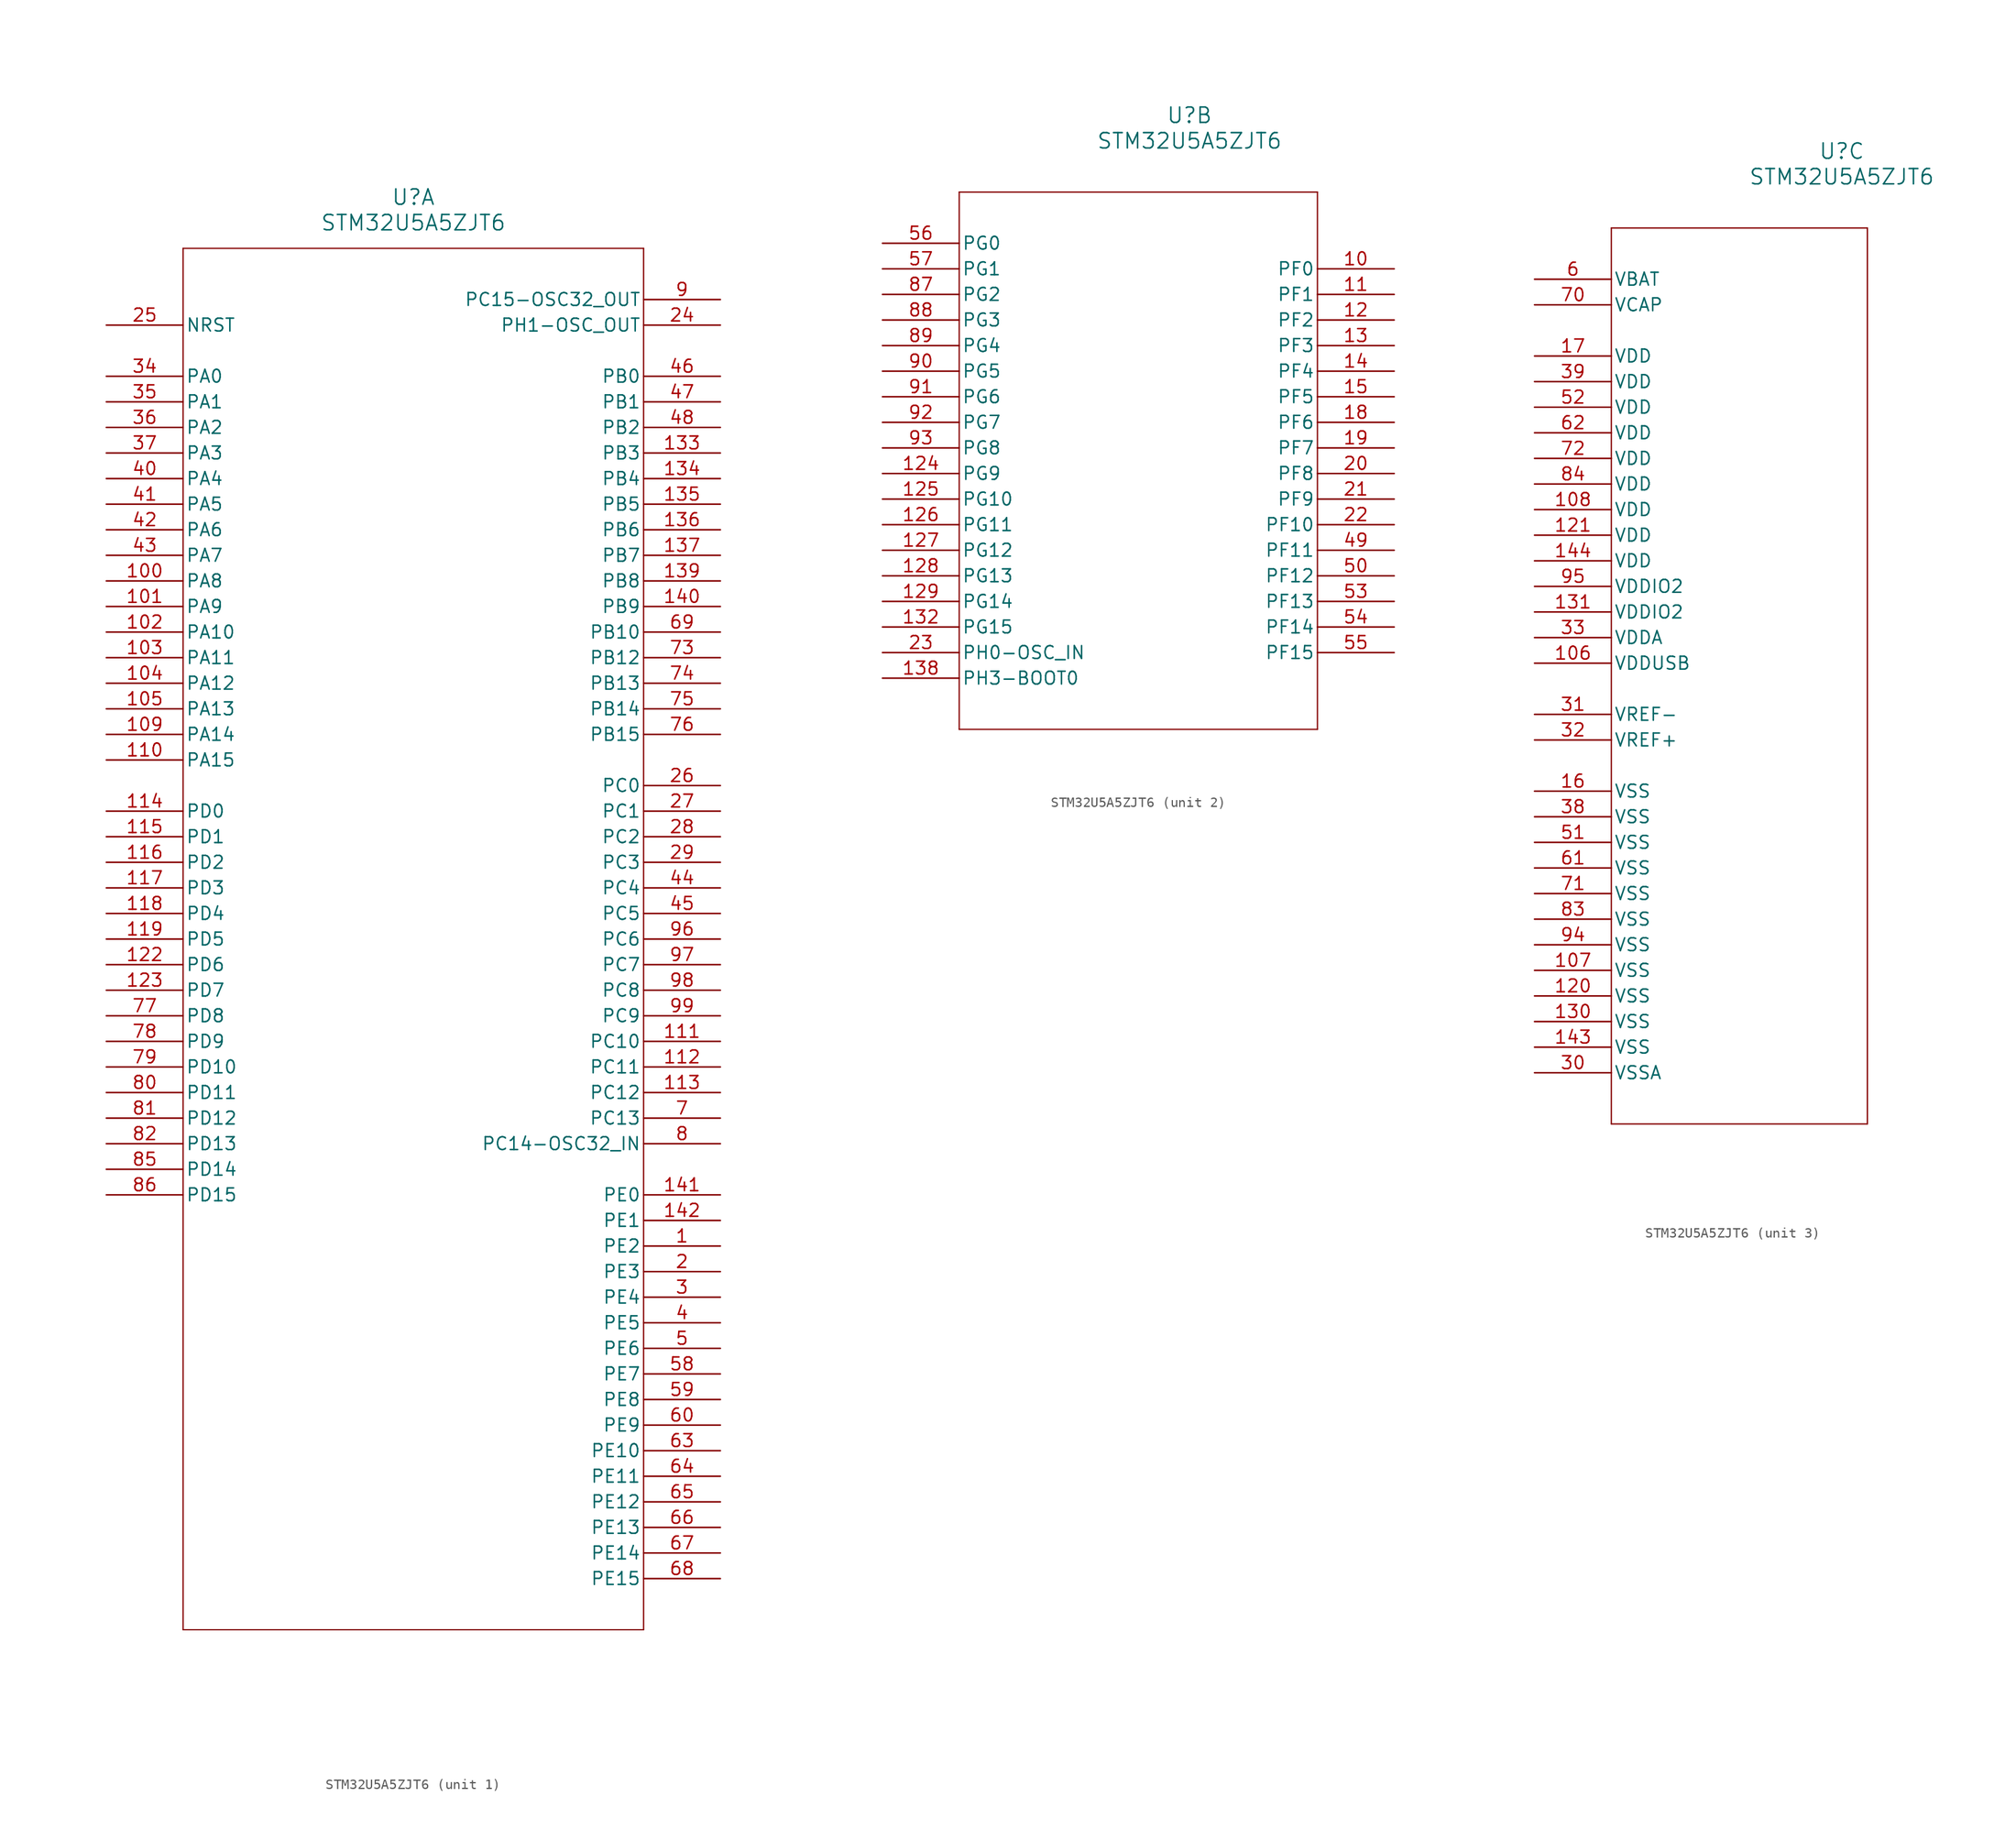
<source format=kicad_sym>
(kicad_symbol_lib
  (version 20211014)
  (generator kicad_symbol_editor)
  (symbol "STM32U5A5ZJT6"
    (pin_names
      (offset 0.254))
    (property "Reference" "U"
      (at 30.48 12.7 0)
      (effects (font (size 1.524 1.524))))
    (property "Value" "STM32U5A5ZJT6"
      (at 30.48 10.16 0)
      (effects (font (size 1.524 1.524))))
    (symbol "STM32U5A5ZJT6_1_1"
      (polyline (pts (xy 7.62 7.62) (xy 7.62 -129.54)) (stroke (width 0.127) (type default) (color 0 0 0 0)) (fill (type none)))
      (polyline (pts (xy 7.62 -129.54) (xy 53.34 -129.54)) (stroke (width 0.127) (type default) (color 0 0 0 0)) (fill (type none)))
      (polyline (pts (xy 53.34 -129.54) (xy 53.34 7.62)) (stroke (width 0.127) (type default) (color 0 0 0 0)) (fill (type none)))
      (polyline (pts (xy 53.34 7.62) (xy 7.62 7.62)) (stroke (width 0.127) (type default) (color 0 0 0 0)) (fill (type none)))
      (pin bidirectional line (at 60.96 -91.44 180) (length 7.62) (name "PE2" (effects (font (size 1.27 1.27)))) (number "1" (effects (font (size 1.27 1.27)))))
      (pin bidirectional line (at 60.96 -93.98 180) (length 7.62) (name "PE3" (effects (font (size 1.27 1.27)))) (number "2" (effects (font (size 1.27 1.27)))))
      (pin bidirectional line (at 60.96 -96.52 180) (length 7.62) (name "PE4" (effects (font (size 1.27 1.27)))) (number "3" (effects (font (size 1.27 1.27)))))
      (pin bidirectional line (at 60.96 -99.06 180) (length 7.62) (name "PE5" (effects (font (size 1.27 1.27)))) (number "4" (effects (font (size 1.27 1.27)))))
      (pin bidirectional line (at 60.96 -101.6 180) (length 7.62) (name "PE6" (effects (font (size 1.27 1.27)))) (number "5" (effects (font (size 1.27 1.27)))))
      (pin bidirectional line (at 60.96 -78.74 180) (length 7.62) (name "PC13" (effects (font (size 1.27 1.27)))) (number "7" (effects (font (size 1.27 1.27)))))
      (pin bidirectional line (at 60.96 -81.28 180) (length 7.62) (name "PC14-OSC32_IN" (effects (font (size 1.27 1.27)))) (number "8" (effects (font (size 1.27 1.27)))))
      (pin bidirectional line (at 60.96 2.54 180) (length 7.62) (name "PC15-OSC32_OUT" (effects (font (size 1.27 1.27)))) (number "9" (effects (font (size 1.27 1.27)))))
      (pin bidirectional line (at 60.96 0 180) (length 7.62) (name "PH1-OSC_OUT" (effects (font (size 1.27 1.27)))) (number "24" (effects (font (size 1.27 1.27)))))
      (pin bidirectional line (at 0 0 0) (length 7.62) (name "NRST" (effects (font (size 1.27 1.27)))) (number "25" (effects (font (size 1.27 1.27)))))
      (pin bidirectional line (at 60.96 -45.72 180) (length 7.62) (name "PC0" (effects (font (size 1.27 1.27)))) (number "26" (effects (font (size 1.27 1.27)))))
      (pin bidirectional line (at 60.96 -48.26 180) (length 7.62) (name "PC1" (effects (font (size 1.27 1.27)))) (number "27" (effects (font (size 1.27 1.27)))))
      (pin bidirectional line (at 60.96 -50.8 180) (length 7.62) (name "PC2" (effects (font (size 1.27 1.27)))) (number "28" (effects (font (size 1.27 1.27)))))
      (pin bidirectional line (at 60.96 -53.34 180) (length 7.62) (name "PC3" (effects (font (size 1.27 1.27)))) (number "29" (effects (font (size 1.27 1.27)))))
      (pin bidirectional line (at 0 -5.08 0) (length 7.62) (name "PA0" (effects (font (size 1.27 1.27)))) (number "34" (effects (font (size 1.27 1.27)))))
      (pin bidirectional line (at 0 -7.62 0) (length 7.62) (name "PA1" (effects (font (size 1.27 1.27)))) (number "35" (effects (font (size 1.27 1.27)))))
      (pin bidirectional line (at 0 -10.16 0) (length 7.62) (name "PA2" (effects (font (size 1.27 1.27)))) (number "36" (effects (font (size 1.27 1.27)))))
      (pin bidirectional line (at 0 -12.7 0) (length 7.62) (name "PA3" (effects (font (size 1.27 1.27)))) (number "37" (effects (font (size 1.27 1.27)))))
      (pin bidirectional line (at 0 -15.24 0) (length 7.62) (name "PA4" (effects (font (size 1.27 1.27)))) (number "40" (effects (font (size 1.27 1.27)))))
      (pin bidirectional line (at 0 -17.78 0) (length 7.62) (name "PA5" (effects (font (size 1.27 1.27)))) (number "41" (effects (font (size 1.27 1.27)))))
      (pin bidirectional line (at 0 -20.32 0) (length 7.62) (name "PA6" (effects (font (size 1.27 1.27)))) (number "42" (effects (font (size 1.27 1.27)))))
      (pin bidirectional line (at 0 -22.86 0) (length 7.62) (name "PA7" (effects (font (size 1.27 1.27)))) (number "43" (effects (font (size 1.27 1.27)))))
      (pin bidirectional line (at 60.96 -55.88 180) (length 7.62) (name "PC4" (effects (font (size 1.27 1.27)))) (number "44" (effects (font (size 1.27 1.27)))))
      (pin bidirectional line (at 60.96 -58.42 180) (length 7.62) (name "PC5" (effects (font (size 1.27 1.27)))) (number "45" (effects (font (size 1.27 1.27)))))
      (pin bidirectional line (at 60.96 -5.08 180) (length 7.62) (name "PB0" (effects (font (size 1.27 1.27)))) (number "46" (effects (font (size 1.27 1.27)))))
      (pin bidirectional line (at 60.96 -7.62 180) (length 7.62) (name "PB1" (effects (font (size 1.27 1.27)))) (number "47" (effects (font (size 1.27 1.27)))))
      (pin bidirectional line (at 60.96 -10.16 180) (length 7.62) (name "PB2" (effects (font (size 1.27 1.27)))) (number "48" (effects (font (size 1.27 1.27)))))
      (pin bidirectional line (at 60.96 -104.14 180) (length 7.62) (name "PE7" (effects (font (size 1.27 1.27)))) (number "58" (effects (font (size 1.27 1.27)))))
      (pin bidirectional line (at 60.96 -106.68 180) (length 7.62) (name "PE8" (effects (font (size 1.27 1.27)))) (number "59" (effects (font (size 1.27 1.27)))))
      (pin bidirectional line (at 60.96 -109.22 180) (length 7.62) (name "PE9" (effects (font (size 1.27 1.27)))) (number "60" (effects (font (size 1.27 1.27)))))
      (pin bidirectional line (at 60.96 -111.76 180) (length 7.62) (name "PE10" (effects (font (size 1.27 1.27)))) (number "63" (effects (font (size 1.27 1.27)))))
      (pin bidirectional line (at 60.96 -114.3 180) (length 7.62) (name "PE11" (effects (font (size 1.27 1.27)))) (number "64" (effects (font (size 1.27 1.27)))))
      (pin bidirectional line (at 60.96 -116.84 180) (length 7.62) (name "PE12" (effects (font (size 1.27 1.27)))) (number "65" (effects (font (size 1.27 1.27)))))
      (pin bidirectional line (at 60.96 -119.38 180) (length 7.62) (name "PE13" (effects (font (size 1.27 1.27)))) (number "66" (effects (font (size 1.27 1.27)))))
      (pin bidirectional line (at 60.96 -121.92 180) (length 7.62) (name "PE14" (effects (font (size 1.27 1.27)))) (number "67" (effects (font (size 1.27 1.27)))))
      (pin bidirectional line (at 60.96 -124.46 180) (length 7.62) (name "PE15" (effects (font (size 1.27 1.27)))) (number "68" (effects (font (size 1.27 1.27)))))
      (pin bidirectional line (at 60.96 -30.48 180) (length 7.62) (name "PB10" (effects (font (size 1.27 1.27)))) (number "69" (effects (font (size 1.27 1.27)))))
      (pin bidirectional line (at 60.96 -33.02 180) (length 7.62) (name "PB12" (effects (font (size 1.27 1.27)))) (number "73" (effects (font (size 1.27 1.27)))))
      (pin bidirectional line (at 60.96 -35.56 180) (length 7.62) (name "PB13" (effects (font (size 1.27 1.27)))) (number "74" (effects (font (size 1.27 1.27)))))
      (pin bidirectional line (at 60.96 -38.1 180) (length 7.62) (name "PB14" (effects (font (size 1.27 1.27)))) (number "75" (effects (font (size 1.27 1.27)))))
      (pin bidirectional line (at 60.96 -40.64 180) (length 7.62) (name "PB15" (effects (font (size 1.27 1.27)))) (number "76" (effects (font (size 1.27 1.27)))))
      (pin bidirectional line (at 0 -68.58 0) (length 7.62) (name "PD8" (effects (font (size 1.27 1.27)))) (number "77" (effects (font (size 1.27 1.27)))))
      (pin bidirectional line (at 0 -71.12 0) (length 7.62) (name "PD9" (effects (font (size 1.27 1.27)))) (number "78" (effects (font (size 1.27 1.27)))))
      (pin bidirectional line (at 0 -73.66 0) (length 7.62) (name "PD10" (effects (font (size 1.27 1.27)))) (number "79" (effects (font (size 1.27 1.27)))))
      (pin bidirectional line (at 0 -76.2 0) (length 7.62) (name "PD11" (effects (font (size 1.27 1.27)))) (number "80" (effects (font (size 1.27 1.27)))))
      (pin bidirectional line (at 0 -78.74 0) (length 7.62) (name "PD12" (effects (font (size 1.27 1.27)))) (number "81" (effects (font (size 1.27 1.27)))))
      (pin bidirectional line (at 0 -81.28 0) (length 7.62) (name "PD13" (effects (font (size 1.27 1.27)))) (number "82" (effects (font (size 1.27 1.27)))))
      (pin bidirectional line (at 0 -83.82 0) (length 7.62) (name "PD14" (effects (font (size 1.27 1.27)))) (number "85" (effects (font (size 1.27 1.27)))))
      (pin bidirectional line (at 0 -86.36 0) (length 7.62) (name "PD15" (effects (font (size 1.27 1.27)))) (number "86" (effects (font (size 1.27 1.27)))))
      (pin bidirectional line (at 60.96 -60.96 180) (length 7.62) (name "PC6" (effects (font (size 1.27 1.27)))) (number "96" (effects (font (size 1.27 1.27)))))
      (pin bidirectional line (at 60.96 -63.5 180) (length 7.62) (name "PC7" (effects (font (size 1.27 1.27)))) (number "97" (effects (font (size 1.27 1.27)))))
      (pin bidirectional line (at 60.96 -66.04 180) (length 7.62) (name "PC8" (effects (font (size 1.27 1.27)))) (number "98" (effects (font (size 1.27 1.27)))))
      (pin bidirectional line (at 60.96 -68.58 180) (length 7.62) (name "PC9" (effects (font (size 1.27 1.27)))) (number "99" (effects (font (size 1.27 1.27)))))
      (pin bidirectional line (at 0 -25.4 0) (length 7.62) (name "PA8" (effects (font (size 1.27 1.27)))) (number "100" (effects (font (size 1.27 1.27)))))
      (pin bidirectional line (at 0 -27.94 0) (length 7.62) (name "PA9" (effects (font (size 1.27 1.27)))) (number "101" (effects (font (size 1.27 1.27)))))
      (pin bidirectional line (at 0 -30.48 0) (length 7.62) (name "PA10" (effects (font (size 1.27 1.27)))) (number "102" (effects (font (size 1.27 1.27)))))
      (pin bidirectional line (at 0 -33.02 0) (length 7.62) (name "PA11" (effects (font (size 1.27 1.27)))) (number "103" (effects (font (size 1.27 1.27)))))
      (pin bidirectional line (at 0 -35.56 0) (length 7.62) (name "PA12" (effects (font (size 1.27 1.27)))) (number "104" (effects (font (size 1.27 1.27)))))
      (pin bidirectional line (at 0 -38.1 0) (length 7.62) (name "PA13" (effects (font (size 1.27 1.27)))) (number "105" (effects (font (size 1.27 1.27)))))
      (pin bidirectional line (at 0 -40.64 0) (length 7.62) (name "PA14" (effects (font (size 1.27 1.27)))) (number "109" (effects (font (size 1.27 1.27)))))
      (pin bidirectional line (at 0 -43.18 0) (length 7.62) (name "PA15" (effects (font (size 1.27 1.27)))) (number "110" (effects (font (size 1.27 1.27)))))
      (pin bidirectional line (at 60.96 -71.12 180) (length 7.62) (name "PC10" (effects (font (size 1.27 1.27)))) (number "111" (effects (font (size 1.27 1.27)))))
      (pin bidirectional line (at 60.96 -73.66 180) (length 7.62) (name "PC11" (effects (font (size 1.27 1.27)))) (number "112" (effects (font (size 1.27 1.27)))))
      (pin bidirectional line (at 60.96 -76.2 180) (length 7.62) (name "PC12" (effects (font (size 1.27 1.27)))) (number "113" (effects (font (size 1.27 1.27)))))
      (pin bidirectional line (at 0 -48.26 0) (length 7.62) (name "PD0" (effects (font (size 1.27 1.27)))) (number "114" (effects (font (size 1.27 1.27)))))
      (pin bidirectional line (at 0 -50.8 0) (length 7.62) (name "PD1" (effects (font (size 1.27 1.27)))) (number "115" (effects (font (size 1.27 1.27)))))
      (pin bidirectional line (at 0 -53.34 0) (length 7.62) (name "PD2" (effects (font (size 1.27 1.27)))) (number "116" (effects (font (size 1.27 1.27)))))
      (pin bidirectional line (at 0 -55.88 0) (length 7.62) (name "PD3" (effects (font (size 1.27 1.27)))) (number "117" (effects (font (size 1.27 1.27)))))
      (pin bidirectional line (at 0 -58.42 0) (length 7.62) (name "PD4" (effects (font (size 1.27 1.27)))) (number "118" (effects (font (size 1.27 1.27)))))
      (pin bidirectional line (at 0 -60.96 0) (length 7.62) (name "PD5" (effects (font (size 1.27 1.27)))) (number "119" (effects (font (size 1.27 1.27)))))
      (pin bidirectional line (at 0 -63.5 0) (length 7.62) (name "PD6" (effects (font (size 1.27 1.27)))) (number "122" (effects (font (size 1.27 1.27)))))
      (pin bidirectional line (at 0 -66.04 0) (length 7.62) (name "PD7" (effects (font (size 1.27 1.27)))) (number "123" (effects (font (size 1.27 1.27)))))
      (pin bidirectional line (at 60.96 -12.7 180) (length 7.62) (name "PB3" (effects (font (size 1.27 1.27)))) (number "133" (effects (font (size 1.27 1.27)))))
      (pin bidirectional line (at 60.96 -15.24 180) (length 7.62) (name "PB4" (effects (font (size 1.27 1.27)))) (number "134" (effects (font (size 1.27 1.27)))))
      (pin bidirectional line (at 60.96 -17.78 180) (length 7.62) (name "PB5" (effects (font (size 1.27 1.27)))) (number "135" (effects (font (size 1.27 1.27)))))
      (pin bidirectional line (at 60.96 -20.32 180) (length 7.62) (name "PB6" (effects (font (size 1.27 1.27)))) (number "136" (effects (font (size 1.27 1.27)))))
      (pin bidirectional line (at 60.96 -22.86 180) (length 7.62) (name "PB7" (effects (font (size 1.27 1.27)))) (number "137" (effects (font (size 1.27 1.27)))))
      (pin bidirectional line (at 60.96 -25.4 180) (length 7.62) (name "PB8" (effects (font (size 1.27 1.27)))) (number "139" (effects (font (size 1.27 1.27)))))
      (pin bidirectional line (at 60.96 -27.94 180) (length 7.62) (name "PB9" (effects (font (size 1.27 1.27)))) (number "140" (effects (font (size 1.27 1.27)))))
      (pin bidirectional line (at 60.96 -86.36 180) (length 7.62) (name "PE0" (effects (font (size 1.27 1.27)))) (number "141" (effects (font (size 1.27 1.27)))))
      (pin bidirectional line (at 60.96 -88.9 180) (length 7.62) (name "PE1" (effects (font (size 1.27 1.27)))) (number "142" (effects (font (size 1.27 1.27))))))
    (symbol "STM32U5A5ZJT6_2_1"
      (polyline (pts (xy 7.62 5.08) (xy 7.62 -48.26)) (stroke (width 0.127) (type default) (color 0 0 0 0)) (fill (type none)))
      (polyline (pts (xy 7.62 -48.26) (xy 43.18 -48.26)) (stroke (width 0.127) (type default) (color 0 0 0 0)) (fill (type none)))
      (polyline (pts (xy 43.18 -48.26) (xy 43.18 5.08)) (stroke (width 0.127) (type default) (color 0 0 0 0)) (fill (type none)))
      (polyline (pts (xy 43.18 5.08) (xy 7.62 5.08)) (stroke (width 0.127) (type default) (color 0 0 0 0)) (fill (type none)))
      (pin bidirectional line (at 50.8 -2.54 180) (length 7.62) (name "PF0" (effects (font (size 1.27 1.27)))) (number "10" (effects (font (size 1.27 1.27)))))
      (pin bidirectional line (at 50.8 -5.08 180) (length 7.62) (name "PF1" (effects (font (size 1.27 1.27)))) (number "11" (effects (font (size 1.27 1.27)))))
      (pin bidirectional line (at 50.8 -7.62 180) (length 7.62) (name "PF2" (effects (font (size 1.27 1.27)))) (number "12" (effects (font (size 1.27 1.27)))))
      (pin bidirectional line (at 50.8 -10.16 180) (length 7.62) (name "PF3" (effects (font (size 1.27 1.27)))) (number "13" (effects (font (size 1.27 1.27)))))
      (pin bidirectional line (at 50.8 -12.7 180) (length 7.62) (name "PF4" (effects (font (size 1.27 1.27)))) (number "14" (effects (font (size 1.27 1.27)))))
      (pin bidirectional line (at 50.8 -15.24 180) (length 7.62) (name "PF5" (effects (font (size 1.27 1.27)))) (number "15" (effects (font (size 1.27 1.27)))))
      (pin bidirectional line (at 50.8 -17.78 180) (length 7.62) (name "PF6" (effects (font (size 1.27 1.27)))) (number "18" (effects (font (size 1.27 1.27)))))
      (pin bidirectional line (at 50.8 -20.32 180) (length 7.62) (name "PF7" (effects (font (size 1.27 1.27)))) (number "19" (effects (font (size 1.27 1.27)))))
      (pin bidirectional line (at 50.8 -22.86 180) (length 7.62) (name "PF8" (effects (font (size 1.27 1.27)))) (number "20" (effects (font (size 1.27 1.27)))))
      (pin bidirectional line (at 50.8 -25.4 180) (length 7.62) (name "PF9" (effects (font (size 1.27 1.27)))) (number "21" (effects (font (size 1.27 1.27)))))
      (pin bidirectional line (at 50.8 -27.94 180) (length 7.62) (name "PF10" (effects (font (size 1.27 1.27)))) (number "22" (effects (font (size 1.27 1.27)))))
      (pin bidirectional line (at 0 -40.64 0) (length 7.62) (name "PH0-OSC_IN" (effects (font (size 1.27 1.27)))) (number "23" (effects (font (size 1.27 1.27)))))
      (pin bidirectional line (at 50.8 -30.48 180) (length 7.62) (name "PF11" (effects (font (size 1.27 1.27)))) (number "49" (effects (font (size 1.27 1.27)))))
      (pin bidirectional line (at 50.8 -33.02 180) (length 7.62) (name "PF12" (effects (font (size 1.27 1.27)))) (number "50" (effects (font (size 1.27 1.27)))))
      (pin bidirectional line (at 50.8 -35.56 180) (length 7.62) (name "PF13" (effects (font (size 1.27 1.27)))) (number "53" (effects (font (size 1.27 1.27)))))
      (pin bidirectional line (at 50.8 -38.1 180) (length 7.62) (name "PF14" (effects (font (size 1.27 1.27)))) (number "54" (effects (font (size 1.27 1.27)))))
      (pin bidirectional line (at 50.8 -40.64 180) (length 7.62) (name "PF15" (effects (font (size 1.27 1.27)))) (number "55" (effects (font (size 1.27 1.27)))))
      (pin bidirectional line (at 0 0 0) (length 7.62) (name "PG0" (effects (font (size 1.27 1.27)))) (number "56" (effects (font (size 1.27 1.27)))))
      (pin bidirectional line (at 0 -2.54 0) (length 7.62) (name "PG1" (effects (font (size 1.27 1.27)))) (number "57" (effects (font (size 1.27 1.27)))))
      (pin bidirectional line (at 0 -5.08 0) (length 7.62) (name "PG2" (effects (font (size 1.27 1.27)))) (number "87" (effects (font (size 1.27 1.27)))))
      (pin bidirectional line (at 0 -7.62 0) (length 7.62) (name "PG3" (effects (font (size 1.27 1.27)))) (number "88" (effects (font (size 1.27 1.27)))))
      (pin bidirectional line (at 0 -10.16 0) (length 7.62) (name "PG4" (effects (font (size 1.27 1.27)))) (number "89" (effects (font (size 1.27 1.27)))))
      (pin bidirectional line (at 0 -12.7 0) (length 7.62) (name "PG5" (effects (font (size 1.27 1.27)))) (number "90" (effects (font (size 1.27 1.27)))))
      (pin bidirectional line (at 0 -15.24 0) (length 7.62) (name "PG6" (effects (font (size 1.27 1.27)))) (number "91" (effects (font (size 1.27 1.27)))))
      (pin bidirectional line (at 0 -17.78 0) (length 7.62) (name "PG7" (effects (font (size 1.27 1.27)))) (number "92" (effects (font (size 1.27 1.27)))))
      (pin bidirectional line (at 0 -20.32 0) (length 7.62) (name "PG8" (effects (font (size 1.27 1.27)))) (number "93" (effects (font (size 1.27 1.27)))))
      (pin bidirectional line (at 0 -22.86 0) (length 7.62) (name "PG9" (effects (font (size 1.27 1.27)))) (number "124" (effects (font (size 1.27 1.27)))))
      (pin bidirectional line (at 0 -25.4 0) (length 7.62) (name "PG10" (effects (font (size 1.27 1.27)))) (number "125" (effects (font (size 1.27 1.27)))))
      (pin bidirectional line (at 0 -27.94 0) (length 7.62) (name "PG11" (effects (font (size 1.27 1.27)))) (number "126" (effects (font (size 1.27 1.27)))))
      (pin bidirectional line (at 0 -30.48 0) (length 7.62) (name "PG12" (effects (font (size 1.27 1.27)))) (number "127" (effects (font (size 1.27 1.27)))))
      (pin bidirectional line (at 0 -33.02 0) (length 7.62) (name "PG13" (effects (font (size 1.27 1.27)))) (number "128" (effects (font (size 1.27 1.27)))))
      (pin bidirectional line (at 0 -35.56 0) (length 7.62) (name "PG14" (effects (font (size 1.27 1.27)))) (number "129" (effects (font (size 1.27 1.27)))))
      (pin bidirectional line (at 0 -38.1 0) (length 7.62) (name "PG15" (effects (font (size 1.27 1.27)))) (number "132" (effects (font (size 1.27 1.27)))))
      (pin bidirectional line (at 0 -43.18 0) (length 7.62) (name "PH3-BOOT0" (effects (font (size 1.27 1.27)))) (number "138" (effects (font (size 1.27 1.27))))))
    (symbol "STM32U5A5ZJT6_3_1"
      (polyline (pts (xy 7.62 5.08) (xy 7.62 -83.82)) (stroke (width 0.127) (type default) (color 0 0 0 0)) (fill (type none)))
      (polyline (pts (xy 7.62 -83.82) (xy 33.02 -83.82)) (stroke (width 0.127) (type default) (color 0 0 0 0)) (fill (type none)))
      (polyline (pts (xy 33.02 -83.82) (xy 33.02 5.08)) (stroke (width 0.127) (type default) (color 0 0 0 0)) (fill (type none)))
      (polyline (pts (xy 33.02 5.08) (xy 7.62 5.08)) (stroke (width 0.127) (type default) (color 0 0 0 0)) (fill (type none)))
      (pin power_in line (at 0 0 0) (length 7.62) (name "VBAT" (effects (font (size 1.27 1.27)))) (number "6" (effects (font (size 1.27 1.27)))))
      (pin power_in line (at 0 -50.8 0) (length 7.62) (name "VSS" (effects (font (size 1.27 1.27)))) (number "16" (effects (font (size 1.27 1.27)))))
      (pin power_in line (at 0 -7.62 0) (length 7.62) (name "VDD" (effects (font (size 1.27 1.27)))) (number "17" (effects (font (size 1.27 1.27)))))
      (pin power_in line (at 0 -78.74 0) (length 7.62) (name "VSSA" (effects (font (size 1.27 1.27)))) (number "30" (effects (font (size 1.27 1.27)))))
      (pin power_in line (at 0 -43.18 0) (length 7.62) (name "VREF-" (effects (font (size 1.27 1.27)))) (number "31" (effects (font (size 1.27 1.27)))))
      (pin power_in line (at 0 -45.72 0) (length 7.62) (name "VREF+" (effects (font (size 1.27 1.27)))) (number "32" (effects (font (size 1.27 1.27)))))
      (pin power_in line (at 0 -35.56 0) (length 7.62) (name "VDDA" (effects (font (size 1.27 1.27)))) (number "33" (effects (font (size 1.27 1.27)))))
      (pin power_in line (at 0 -53.34 0) (length 7.62) (name "VSS" (effects (font (size 1.27 1.27)))) (number "38" (effects (font (size 1.27 1.27)))))
      (pin power_in line (at 0 -10.16 0) (length 7.62) (name "VDD" (effects (font (size 1.27 1.27)))) (number "39" (effects (font (size 1.27 1.27)))))
      (pin power_in line (at 0 -55.88 0) (length 7.62) (name "VSS" (effects (font (size 1.27 1.27)))) (number "51" (effects (font (size 1.27 1.27)))))
      (pin power_in line (at 0 -12.7 0) (length 7.62) (name "VDD" (effects (font (size 1.27 1.27)))) (number "52" (effects (font (size 1.27 1.27)))))
      (pin power_in line (at 0 -58.42 0) (length 7.62) (name "VSS" (effects (font (size 1.27 1.27)))) (number "61" (effects (font (size 1.27 1.27)))))
      (pin power_in line (at 0 -15.24 0) (length 7.62) (name "VDD" (effects (font (size 1.27 1.27)))) (number "62" (effects (font (size 1.27 1.27)))))
      (pin power_in line (at 0 -2.54 0) (length 7.62) (name "VCAP" (effects (font (size 1.27 1.27)))) (number "70" (effects (font (size 1.27 1.27)))))
      (pin power_in line (at 0 -60.96 0) (length 7.62) (name "VSS" (effects (font (size 1.27 1.27)))) (number "71" (effects (font (size 1.27 1.27)))))
      (pin power_in line (at 0 -17.78 0) (length 7.62) (name "VDD" (effects (font (size 1.27 1.27)))) (number "72" (effects (font (size 1.27 1.27)))))
      (pin power_in line (at 0 -63.5 0) (length 7.62) (name "VSS" (effects (font (size 1.27 1.27)))) (number "83" (effects (font (size 1.27 1.27)))))
      (pin power_in line (at 0 -20.32 0) (length 7.62) (name "VDD" (effects (font (size 1.27 1.27)))) (number "84" (effects (font (size 1.27 1.27)))))
      (pin power_in line (at 0 -66.04 0) (length 7.62) (name "VSS" (effects (font (size 1.27 1.27)))) (number "94" (effects (font (size 1.27 1.27)))))
      (pin power_in line (at 0 -30.48 0) (length 7.62) (name "VDDIO2" (effects (font (size 1.27 1.27)))) (number "95" (effects (font (size 1.27 1.27)))))
      (pin power_in line (at 0 -38.1 0) (length 7.62) (name "VDDUSB" (effects (font (size 1.27 1.27)))) (number "106" (effects (font (size 1.27 1.27)))))
      (pin power_in line (at 0 -68.58 0) (length 7.62) (name "VSS" (effects (font (size 1.27 1.27)))) (number "107" (effects (font (size 1.27 1.27)))))
      (pin power_in line (at 0 -22.86 0) (length 7.62) (name "VDD" (effects (font (size 1.27 1.27)))) (number "108" (effects (font (size 1.27 1.27)))))
      (pin power_in line (at 0 -71.12 0) (length 7.62) (name "VSS" (effects (font (size 1.27 1.27)))) (number "120" (effects (font (size 1.27 1.27)))))
      (pin power_in line (at 0 -25.4 0) (length 7.62) (name "VDD" (effects (font (size 1.27 1.27)))) (number "121" (effects (font (size 1.27 1.27)))))
      (pin power_in line (at 0 -73.66 0) (length 7.62) (name "VSS" (effects (font (size 1.27 1.27)))) (number "130" (effects (font (size 1.27 1.27)))))
      (pin power_in line (at 0 -33.02 0) (length 7.62) (name "VDDIO2" (effects (font (size 1.27 1.27)))) (number "131" (effects (font (size 1.27 1.27)))))
      (pin power_in line (at 0 -76.2 0) (length 7.62) (name "VSS" (effects (font (size 1.27 1.27)))) (number "143" (effects (font (size 1.27 1.27)))))
      (pin power_in line (at 0 -27.94 0) (length 7.62) (name "VDD" (effects (font (size 1.27 1.27)))) (number "144" (effects (font (size 1.27 1.27))))))))
</source>
